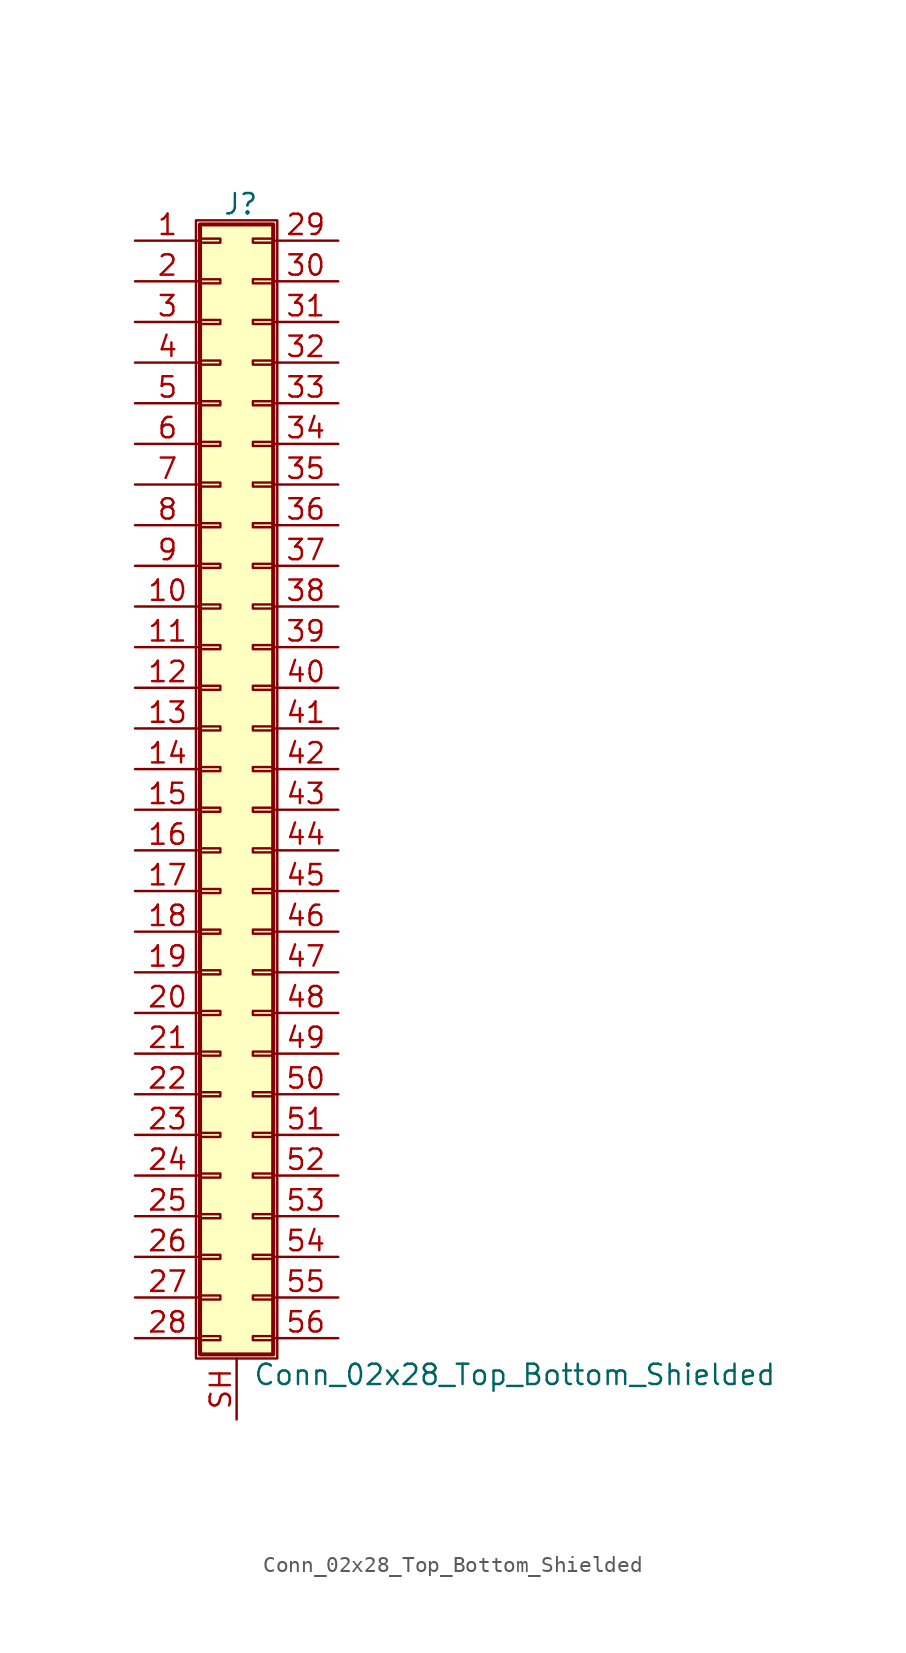
<source format=kicad_sym>
(kicad_symbol_lib
  (version 20211014)
  (generator kicad_symbol_editor)
  (symbol "Conn_02x28_Top_Bottom_Shielded"
    (pin_names
      (offset 1.016) hide)
    (property "Reference" "J"
      (at 1.524 35.306 0)
      (effects (font (size 1.27 1.27))))
    (property "Value" "Conn_02x28_Top_Bottom_Shielded"
      (at 2.286 -37.846 0)
      (effects (font (size 1.27 1.27)) (justify left)))
    (symbol "Conn_02x28_Top_Bottom_Shielded_1_1"
      (rectangle (start -1.27 34.29) (end 3.81 -36.83) (stroke (width 0.152) (type default) (color 0 0 0 0)) (fill (type none)))
      (rectangle (start -1.016 -35.433) (end 0.254 -35.687) (stroke (width 0.152) (type default) (color 0 0 0 0)) (fill (type none)))
      (rectangle (start -1.016 -32.893) (end 0.254 -33.147) (stroke (width 0.152) (type default) (color 0 0 0 0)) (fill (type none)))
      (rectangle (start -1.016 -30.353) (end 0.254 -30.607) (stroke (width 0.152) (type default) (color 0 0 0 0)) (fill (type none)))
      (rectangle (start -1.016 -27.813) (end 0.254 -28.067) (stroke (width 0.152) (type default) (color 0 0 0 0)) (fill (type none)))
      (rectangle (start -1.016 -25.273) (end 0.254 -25.527) (stroke (width 0.152) (type default) (color 0 0 0 0)) (fill (type none)))
      (rectangle (start -1.016 -22.733) (end 0.254 -22.987) (stroke (width 0.152) (type default) (color 0 0 0 0)) (fill (type none)))
      (rectangle (start -1.016 -20.193) (end 0.254 -20.447) (stroke (width 0.152) (type default) (color 0 0 0 0)) (fill (type none)))
      (rectangle (start -1.016 -17.653) (end 0.254 -17.907) (stroke (width 0.152) (type default) (color 0 0 0 0)) (fill (type none)))
      (rectangle (start -1.016 -15.113) (end 0.254 -15.367) (stroke (width 0.152) (type default) (color 0 0 0 0)) (fill (type none)))
      (rectangle (start -1.016 -12.573) (end 0.254 -12.827) (stroke (width 0.152) (type default) (color 0 0 0 0)) (fill (type none)))
      (rectangle (start -1.016 -10.033) (end 0.254 -10.287) (stroke (width 0.152) (type default) (color 0 0 0 0)) (fill (type none)))
      (rectangle (start -1.016 -7.493) (end 0.254 -7.747) (stroke (width 0.152) (type default) (color 0 0 0 0)) (fill (type none)))
      (rectangle (start -1.016 -4.953) (end 0.254 -5.207) (stroke (width 0.152) (type default) (color 0 0 0 0)) (fill (type none)))
      (rectangle (start -1.016 -2.413) (end 0.254 -2.667) (stroke (width 0.152) (type default) (color 0 0 0 0)) (fill (type none)))
      (rectangle (start -1.016 0.127) (end 0.254 -0.127) (stroke (width 0.152) (type default) (color 0 0 0 0)) (fill (type none)))
      (rectangle (start -1.016 2.667) (end 0.254 2.413) (stroke (width 0.152) (type default) (color 0 0 0 0)) (fill (type none)))
      (rectangle (start -1.016 5.207) (end 0.254 4.953) (stroke (width 0.152) (type default) (color 0 0 0 0)) (fill (type none)))
      (rectangle (start -1.016 7.747) (end 0.254 7.493) (stroke (width 0.152) (type default) (color 0 0 0 0)) (fill (type none)))
      (rectangle (start -1.016 10.287) (end 0.254 10.033) (stroke (width 0.152) (type default) (color 0 0 0 0)) (fill (type none)))
      (rectangle (start -1.016 12.827) (end 0.254 12.573) (stroke (width 0.152) (type default) (color 0 0 0 0)) (fill (type none)))
      (rectangle (start -1.016 15.367) (end 0.254 15.113) (stroke (width 0.152) (type default) (color 0 0 0 0)) (fill (type none)))
      (rectangle (start -1.016 17.907) (end 0.254 17.653) (stroke (width 0.152) (type default) (color 0 0 0 0)) (fill (type none)))
      (rectangle (start -1.016 20.447) (end 0.254 20.193) (stroke (width 0.152) (type default) (color 0 0 0 0)) (fill (type none)))
      (rectangle (start -1.016 22.987) (end 0.254 22.733) (stroke (width 0.152) (type default) (color 0 0 0 0)) (fill (type none)))
      (rectangle (start -1.016 25.527) (end 0.254 25.273) (stroke (width 0.152) (type default) (color 0 0 0 0)) (fill (type none)))
      (rectangle (start -1.016 28.067) (end 0.254 27.813) (stroke (width 0.152) (type default) (color 0 0 0 0)) (fill (type none)))
      (rectangle (start -1.016 30.607) (end 0.254 30.353) (stroke (width 0.152) (type default) (color 0 0 0 0)) (fill (type none)))
      (rectangle (start -1.016 33.147) (end 0.254 32.893) (stroke (width 0.152) (type default) (color 0 0 0 0)) (fill (type none)))
      (rectangle (start -1.016 34.036) (end 3.556 -36.576) (stroke (width 0.254) (type default) (color 0 0 0 0)) (fill (type background)))
      (rectangle (start 3.556 -35.433) (end 2.286 -35.687) (stroke (width 0.152) (type default) (color 0 0 0 0)) (fill (type none)))
      (rectangle (start 3.556 -32.893) (end 2.286 -33.147) (stroke (width 0.152) (type default) (color 0 0 0 0)) (fill (type none)))
      (rectangle (start 3.556 -30.353) (end 2.286 -30.607) (stroke (width 0.152) (type default) (color 0 0 0 0)) (fill (type none)))
      (rectangle (start 3.556 -27.813) (end 2.286 -28.067) (stroke (width 0.152) (type default) (color 0 0 0 0)) (fill (type none)))
      (rectangle (start 3.556 -25.273) (end 2.286 -25.527) (stroke (width 0.152) (type default) (color 0 0 0 0)) (fill (type none)))
      (rectangle (start 3.556 -22.733) (end 2.286 -22.987) (stroke (width 0.152) (type default) (color 0 0 0 0)) (fill (type none)))
      (rectangle (start 3.556 -20.193) (end 2.286 -20.447) (stroke (width 0.152) (type default) (color 0 0 0 0)) (fill (type none)))
      (rectangle (start 3.556 -17.653) (end 2.286 -17.907) (stroke (width 0.152) (type default) (color 0 0 0 0)) (fill (type none)))
      (rectangle (start 3.556 -15.113) (end 2.286 -15.367) (stroke (width 0.152) (type default) (color 0 0 0 0)) (fill (type none)))
      (rectangle (start 3.556 -12.573) (end 2.286 -12.827) (stroke (width 0.152) (type default) (color 0 0 0 0)) (fill (type none)))
      (rectangle (start 3.556 -10.033) (end 2.286 -10.287) (stroke (width 0.152) (type default) (color 0 0 0 0)) (fill (type none)))
      (rectangle (start 3.556 -7.493) (end 2.286 -7.747) (stroke (width 0.152) (type default) (color 0 0 0 0)) (fill (type none)))
      (rectangle (start 3.556 -4.953) (end 2.286 -5.207) (stroke (width 0.152) (type default) (color 0 0 0 0)) (fill (type none)))
      (rectangle (start 3.556 -2.413) (end 2.286 -2.667) (stroke (width 0.152) (type default) (color 0 0 0 0)) (fill (type none)))
      (rectangle (start 3.556 0.127) (end 2.286 -0.127) (stroke (width 0.152) (type default) (color 0 0 0 0)) (fill (type none)))
      (rectangle (start 3.556 2.667) (end 2.286 2.413) (stroke (width 0.152) (type default) (color 0 0 0 0)) (fill (type none)))
      (rectangle (start 3.556 5.207) (end 2.286 4.953) (stroke (width 0.152) (type default) (color 0 0 0 0)) (fill (type none)))
      (rectangle (start 3.556 7.747) (end 2.286 7.493) (stroke (width 0.152) (type default) (color 0 0 0 0)) (fill (type none)))
      (rectangle (start 3.556 10.287) (end 2.286 10.033) (stroke (width 0.152) (type default) (color 0 0 0 0)) (fill (type none)))
      (rectangle (start 3.556 12.827) (end 2.286 12.573) (stroke (width 0.152) (type default) (color 0 0 0 0)) (fill (type none)))
      (rectangle (start 3.556 15.367) (end 2.286 15.113) (stroke (width 0.152) (type default) (color 0 0 0 0)) (fill (type none)))
      (rectangle (start 3.556 17.907) (end 2.286 17.653) (stroke (width 0.152) (type default) (color 0 0 0 0)) (fill (type none)))
      (rectangle (start 3.556 20.447) (end 2.286 20.193) (stroke (width 0.152) (type default) (color 0 0 0 0)) (fill (type none)))
      (rectangle (start 3.556 22.987) (end 2.286 22.733) (stroke (width 0.152) (type default) (color 0 0 0 0)) (fill (type none)))
      (rectangle (start 3.556 25.527) (end 2.286 25.273) (stroke (width 0.152) (type default) (color 0 0 0 0)) (fill (type none)))
      (rectangle (start 3.556 28.067) (end 2.286 27.813) (stroke (width 0.152) (type default) (color 0 0 0 0)) (fill (type none)))
      (rectangle (start 3.556 30.607) (end 2.286 30.353) (stroke (width 0.152) (type default) (color 0 0 0 0)) (fill (type none)))
      (rectangle (start 3.556 33.147) (end 2.286 32.893) (stroke (width 0.152) (type default) (color 0 0 0 0)) (fill (type none)))
      (pin passive line (at -5.08 33.02 0) (length 4.064) (name "Pin_1" (effects (font (size 1.27 1.27)))) (number "1" (effects (font (size 1.27 1.27)))))
      (pin passive line (at -5.08 10.16 0) (length 4.064) (name "Pin_10" (effects (font (size 1.27 1.27)))) (number "10" (effects (font (size 1.27 1.27)))))
      (pin passive line (at -5.08 7.62 0) (length 4.064) (name "Pin_11" (effects (font (size 1.27 1.27)))) (number "11" (effects (font (size 1.27 1.27)))))
      (pin passive line (at -5.08 5.08 0) (length 4.064) (name "Pin_12" (effects (font (size 1.27 1.27)))) (number "12" (effects (font (size 1.27 1.27)))))
      (pin passive line (at -5.08 2.54 0) (length 4.064) (name "Pin_13" (effects (font (size 1.27 1.27)))) (number "13" (effects (font (size 1.27 1.27)))))
      (pin passive line (at -5.08 0 0) (length 4.064) (name "Pin_14" (effects (font (size 1.27 1.27)))) (number "14" (effects (font (size 1.27 1.27)))))
      (pin passive line (at -5.08 -2.54 0) (length 4.064) (name "Pin_15" (effects (font (size 1.27 1.27)))) (number "15" (effects (font (size 1.27 1.27)))))
      (pin passive line (at -5.08 -5.08 0) (length 4.064) (name "Pin_16" (effects (font (size 1.27 1.27)))) (number "16" (effects (font (size 1.27 1.27)))))
      (pin passive line (at -5.08 -7.62 0) (length 4.064) (name "Pin_17" (effects (font (size 1.27 1.27)))) (number "17" (effects (font (size 1.27 1.27)))))
      (pin passive line (at -5.08 -10.16 0) (length 4.064) (name "Pin_18" (effects (font (size 1.27 1.27)))) (number "18" (effects (font (size 1.27 1.27)))))
      (pin passive line (at -5.08 -12.7 0) (length 4.064) (name "Pin_19" (effects (font (size 1.27 1.27)))) (number "19" (effects (font (size 1.27 1.27)))))
      (pin passive line (at -5.08 30.48 0) (length 4.064) (name "Pin_2" (effects (font (size 1.27 1.27)))) (number "2" (effects (font (size 1.27 1.27)))))
      (pin passive line (at -5.08 -15.24 0) (length 4.064) (name "Pin_20" (effects (font (size 1.27 1.27)))) (number "20" (effects (font (size 1.27 1.27)))))
      (pin passive line (at -5.08 -17.78 0) (length 4.064) (name "Pin_21" (effects (font (size 1.27 1.27)))) (number "21" (effects (font (size 1.27 1.27)))))
      (pin passive line (at -5.08 -20.32 0) (length 4.064) (name "Pin_22" (effects (font (size 1.27 1.27)))) (number "22" (effects (font (size 1.27 1.27)))))
      (pin passive line (at -5.08 -22.86 0) (length 4.064) (name "Pin_23" (effects (font (size 1.27 1.27)))) (number "23" (effects (font (size 1.27 1.27)))))
      (pin passive line (at -5.08 -25.4 0) (length 4.064) (name "Pin_24" (effects (font (size 1.27 1.27)))) (number "24" (effects (font (size 1.27 1.27)))))
      (pin passive line (at -5.08 -27.94 0) (length 4.064) (name "Pin_25" (effects (font (size 1.27 1.27)))) (number "25" (effects (font (size 1.27 1.27)))))
      (pin passive line (at -5.08 -30.48 0) (length 4.064) (name "Pin_26" (effects (font (size 1.27 1.27)))) (number "26" (effects (font (size 1.27 1.27)))))
      (pin passive line (at -5.08 -33.02 0) (length 4.064) (name "Pin_27" (effects (font (size 1.27 1.27)))) (number "27" (effects (font (size 1.27 1.27)))))
      (pin passive line (at -5.08 -35.56 0) (length 4.064) (name "Pin_28" (effects (font (size 1.27 1.27)))) (number "28" (effects (font (size 1.27 1.27)))))
      (pin passive line (at 7.62 33.02 180) (length 4.064) (name "Pin_29" (effects (font (size 1.27 1.27)))) (number "29" (effects (font (size 1.27 1.27)))))
      (pin passive line (at -5.08 27.94 0) (length 4.064) (name "Pin_3" (effects (font (size 1.27 1.27)))) (number "3" (effects (font (size 1.27 1.27)))))
      (pin passive line (at 7.62 30.48 180) (length 4.064) (name "Pin_30" (effects (font (size 1.27 1.27)))) (number "30" (effects (font (size 1.27 1.27)))))
      (pin passive line (at 7.62 27.94 180) (length 4.064) (name "Pin_31" (effects (font (size 1.27 1.27)))) (number "31" (effects (font (size 1.27 1.27)))))
      (pin passive line (at 7.62 25.4 180) (length 4.064) (name "Pin_32" (effects (font (size 1.27 1.27)))) (number "32" (effects (font (size 1.27 1.27)))))
      (pin passive line (at 7.62 22.86 180) (length 4.064) (name "Pin_33" (effects (font (size 1.27 1.27)))) (number "33" (effects (font (size 1.27 1.27)))))
      (pin passive line (at 7.62 20.32 180) (length 4.064) (name "Pin_34" (effects (font (size 1.27 1.27)))) (number "34" (effects (font (size 1.27 1.27)))))
      (pin passive line (at 7.62 17.78 180) (length 4.064) (name "Pin_35" (effects (font (size 1.27 1.27)))) (number "35" (effects (font (size 1.27 1.27)))))
      (pin passive line (at 7.62 15.24 180) (length 4.064) (name "Pin_36" (effects (font (size 1.27 1.27)))) (number "36" (effects (font (size 1.27 1.27)))))
      (pin passive line (at 7.62 12.7 180) (length 4.064) (name "Pin_37" (effects (font (size 1.27 1.27)))) (number "37" (effects (font (size 1.27 1.27)))))
      (pin passive line (at 7.62 10.16 180) (length 4.064) (name "Pin_38" (effects (font (size 1.27 1.27)))) (number "38" (effects (font (size 1.27 1.27)))))
      (pin passive line (at 7.62 7.62 180) (length 4.064) (name "Pin_39" (effects (font (size 1.27 1.27)))) (number "39" (effects (font (size 1.27 1.27)))))
      (pin passive line (at -5.08 25.4 0) (length 4.064) (name "Pin_4" (effects (font (size 1.27 1.27)))) (number "4" (effects (font (size 1.27 1.27)))))
      (pin passive line (at 7.62 5.08 180) (length 4.064) (name "Pin_40" (effects (font (size 1.27 1.27)))) (number "40" (effects (font (size 1.27 1.27)))))
      (pin passive line (at 7.62 2.54 180) (length 4.064) (name "Pin_41" (effects (font (size 1.27 1.27)))) (number "41" (effects (font (size 1.27 1.27)))))
      (pin passive line (at 7.62 0 180) (length 4.064) (name "Pin_42" (effects (font (size 1.27 1.27)))) (number "42" (effects (font (size 1.27 1.27)))))
      (pin passive line (at 7.62 -2.54 180) (length 4.064) (name "Pin_43" (effects (font (size 1.27 1.27)))) (number "43" (effects (font (size 1.27 1.27)))))
      (pin passive line (at 7.62 -5.08 180) (length 4.064) (name "Pin_44" (effects (font (size 1.27 1.27)))) (number "44" (effects (font (size 1.27 1.27)))))
      (pin passive line (at 7.62 -7.62 180) (length 4.064) (name "Pin_45" (effects (font (size 1.27 1.27)))) (number "45" (effects (font (size 1.27 1.27)))))
      (pin passive line (at 7.62 -10.16 180) (length 4.064) (name "Pin_46" (effects (font (size 1.27 1.27)))) (number "46" (effects (font (size 1.27 1.27)))))
      (pin passive line (at 7.62 -12.7 180) (length 4.064) (name "Pin_47" (effects (font (size 1.27 1.27)))) (number "47" (effects (font (size 1.27 1.27)))))
      (pin passive line (at 7.62 -15.24 180) (length 4.064) (name "Pin_48" (effects (font (size 1.27 1.27)))) (number "48" (effects (font (size 1.27 1.27)))))
      (pin passive line (at 7.62 -17.78 180) (length 4.064) (name "Pin_49" (effects (font (size 1.27 1.27)))) (number "49" (effects (font (size 1.27 1.27)))))
      (pin passive line (at -5.08 22.86 0) (length 4.064) (name "Pin_5" (effects (font (size 1.27 1.27)))) (number "5" (effects (font (size 1.27 1.27)))))
      (pin passive line (at 7.62 -20.32 180) (length 4.064) (name "Pin_50" (effects (font (size 1.27 1.27)))) (number "50" (effects (font (size 1.27 1.27)))))
      (pin passive line (at 7.62 -22.86 180) (length 4.064) (name "Pin_51" (effects (font (size 1.27 1.27)))) (number "51" (effects (font (size 1.27 1.27)))))
      (pin passive line (at 7.62 -25.4 180) (length 4.064) (name "Pin_52" (effects (font (size 1.27 1.27)))) (number "52" (effects (font (size 1.27 1.27)))))
      (pin passive line (at 7.62 -27.94 180) (length 4.064) (name "Pin_53" (effects (font (size 1.27 1.27)))) (number "53" (effects (font (size 1.27 1.27)))))
      (pin passive line (at 7.62 -30.48 180) (length 4.064) (name "Pin_54" (effects (font (size 1.27 1.27)))) (number "54" (effects (font (size 1.27 1.27)))))
      (pin passive line (at 7.62 -33.02 180) (length 4.064) (name "Pin_55" (effects (font (size 1.27 1.27)))) (number "55" (effects (font (size 1.27 1.27)))))
      (pin passive line (at 7.62 -35.56 180) (length 4.064) (name "Pin_56" (effects (font (size 1.27 1.27)))) (number "56" (effects (font (size 1.27 1.27)))))
      (pin passive line (at -5.08 20.32 0) (length 4.064) (name "Pin_6" (effects (font (size 1.27 1.27)))) (number "6" (effects (font (size 1.27 1.27)))))
      (pin passive line (at -5.08 17.78 0) (length 4.064) (name "Pin_7" (effects (font (size 1.27 1.27)))) (number "7" (effects (font (size 1.27 1.27)))))
      (pin passive line (at -5.08 15.24 0) (length 4.064) (name "Pin_8" (effects (font (size 1.27 1.27)))) (number "8" (effects (font (size 1.27 1.27)))))
      (pin passive line (at -5.08 12.7 0) (length 4.064) (name "Pin_9" (effects (font (size 1.27 1.27)))) (number "9" (effects (font (size 1.27 1.27)))))
      (pin passive line (at 1.27 -40.64 90) (length 3.81) (name "Shield" (effects (font (size 1.27 1.27)))) (number "SH" (effects (font (size 1.27 1.27))))))))
</source>
